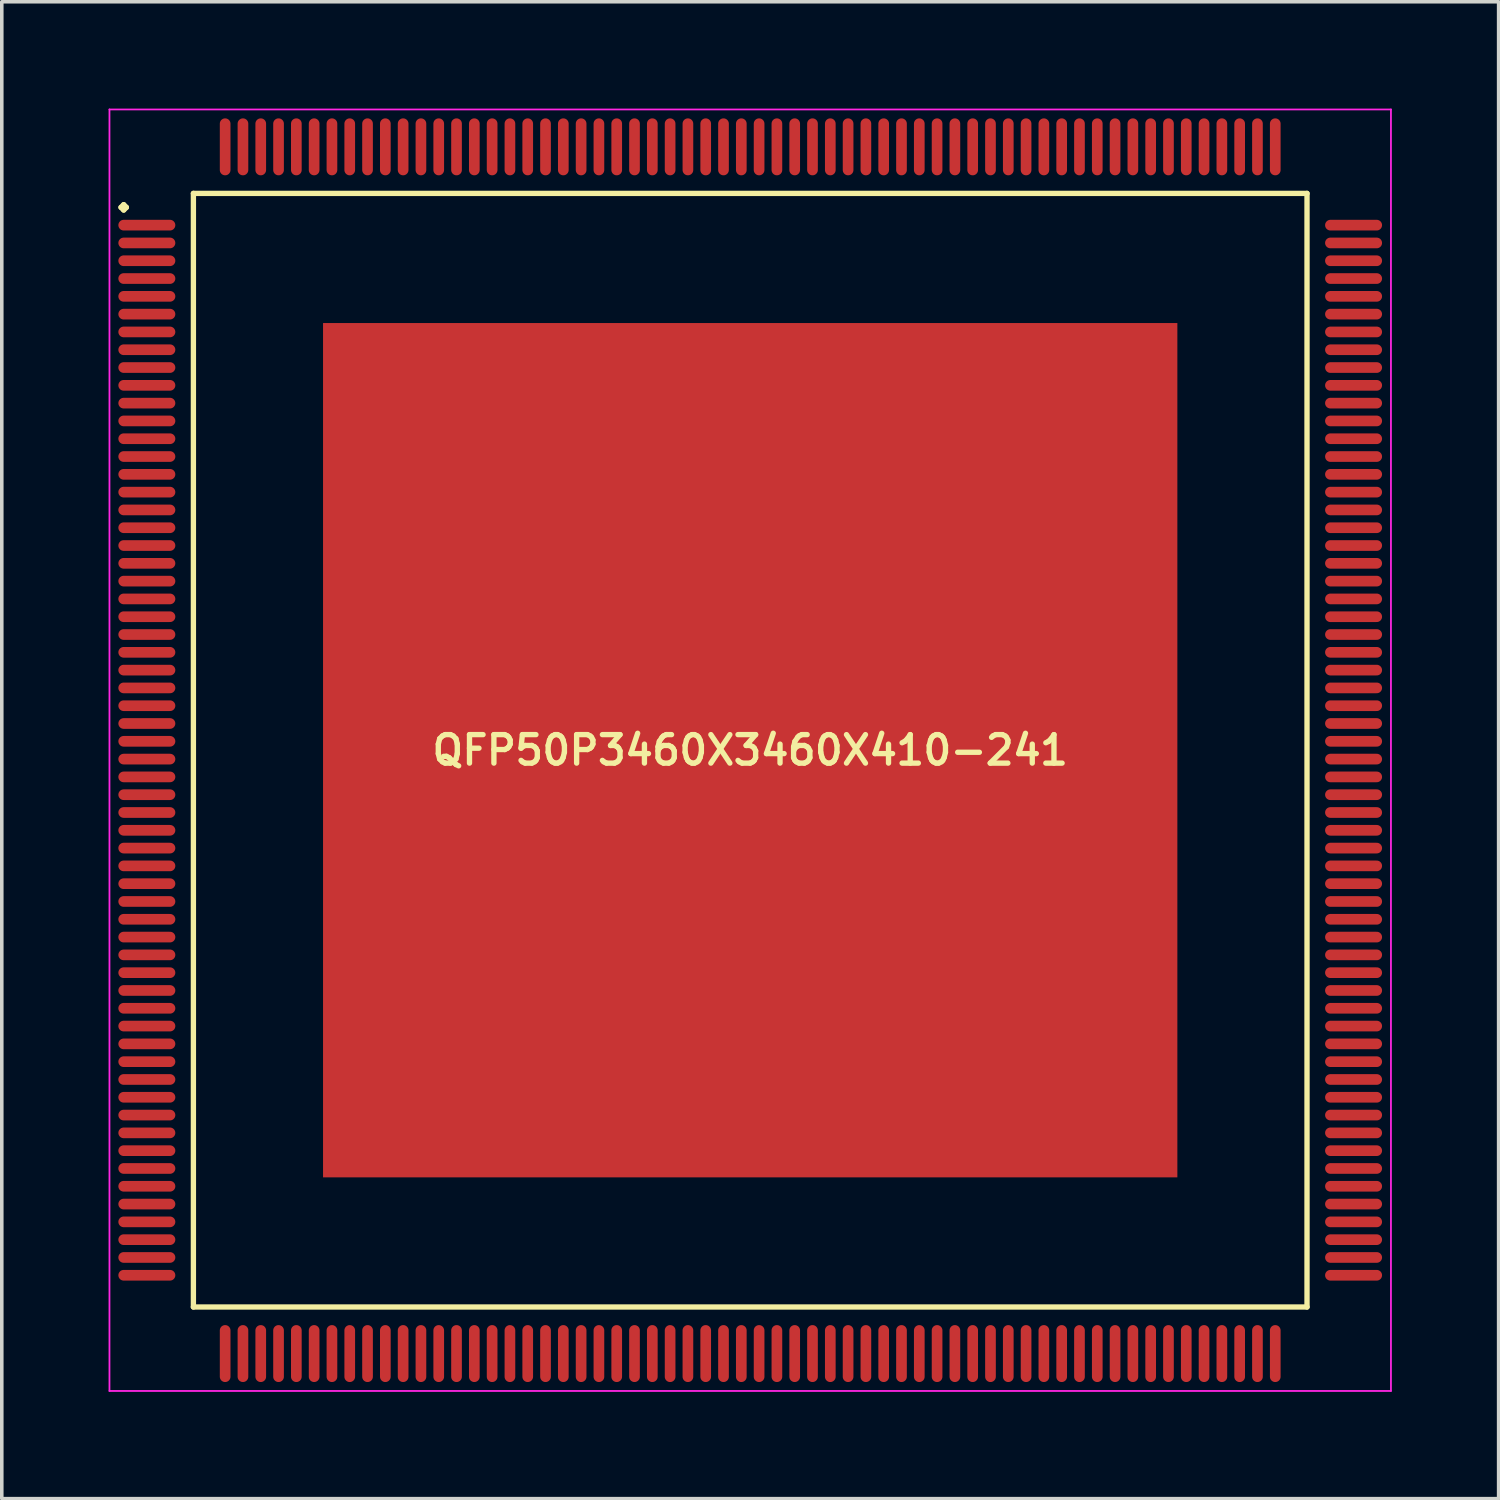
<source format=kicad_pcb>
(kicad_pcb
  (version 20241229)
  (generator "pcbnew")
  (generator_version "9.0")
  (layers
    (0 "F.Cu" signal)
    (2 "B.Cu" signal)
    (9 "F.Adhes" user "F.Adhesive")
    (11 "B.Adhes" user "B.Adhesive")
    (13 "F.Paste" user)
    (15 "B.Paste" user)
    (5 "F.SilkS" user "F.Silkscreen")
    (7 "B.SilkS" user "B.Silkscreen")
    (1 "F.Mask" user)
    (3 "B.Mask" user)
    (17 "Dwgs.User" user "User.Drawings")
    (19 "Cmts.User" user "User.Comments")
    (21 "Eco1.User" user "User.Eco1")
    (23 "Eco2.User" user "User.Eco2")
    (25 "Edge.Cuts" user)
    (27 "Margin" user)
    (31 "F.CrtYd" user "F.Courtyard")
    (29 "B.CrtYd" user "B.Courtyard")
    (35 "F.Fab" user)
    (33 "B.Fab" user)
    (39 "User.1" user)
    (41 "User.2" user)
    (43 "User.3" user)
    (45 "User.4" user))
  (footprint "QFP50P3460X3460X410-241"
    (layer "F.Cu")
    (at 18.025 18.025)
    (property "Reference" "QFP50P3460X3460X410-241" (at 0 0 0) (layer "F.SilkS") (effects (font (size 0.8 0.8) (thickness 0.15))))
    (attr smd)
    (fp_line (start -17.675 -15.25) (end -17.6 -15.325) (stroke (width 0.15) (type solid)) (layer "F.SilkS"))
    (fp_line (start -17.6 -15.325) (end -17.525 -15.25) (stroke (width 0.15) (type solid)) (layer "F.SilkS"))
    (fp_line (start -17.6 -15.175) (end -17.675 -15.25) (stroke (width 0.15) (type solid)) (layer "F.SilkS"))
    (fp_line (start -17.525 -15.25) (end -17.6 -15.175) (stroke (width 0.15) (type solid)) (layer "F.SilkS"))
    (fp_line (start -15.642 -15.642) (end -15.642 15.642) (stroke (width 0.15) (type solid)) (layer "F.SilkS"))
    (fp_line (start -15.642 15.642) (end 15.642 15.642) (stroke (width 0.15) (type solid)) (layer "F.SilkS"))
    (fp_line (start 15.642 -15.642) (end -15.642 -15.642) (stroke (width 0.15) (type solid)) (layer "F.SilkS"))
    (fp_line (start 15.642 15.642) (end 15.642 -15.642) (stroke (width 0.15) (type solid)) (layer "F.SilkS"))
    (fp_line (start -18 -18) (end 18 -18) (stroke (width 0.05) (type solid)) (layer "F.CrtYd"))
    (fp_line (start -18 18) (end -18 -18) (stroke (width 0.05) (type solid)) (layer "F.CrtYd"))
    (fp_line (start 18 -18) (end 18 18) (stroke (width 0.05) (type solid)) (layer "F.CrtYd"))
    (fp_line (start 18 18) (end -18 18) (stroke (width 0.05) (type solid)) (layer "F.CrtYd"))
    (pad "1" smd oval (at -16.95 -14.75) (size 1.6 0.3) (layers "F.Cu" "F.Mask" "F.Paste"))
    (pad "2" smd oval (at -16.95 -14.25) (size 1.6 0.3) (layers "F.Cu" "F.Mask" "F.Paste"))
    (pad "3" smd oval (at -16.95 -13.75) (size 1.6 0.3) (layers "F.Cu" "F.Mask" "F.Paste"))
    (pad "4" smd oval (at -16.95 -13.25) (size 1.6 0.3) (layers "F.Cu" "F.Mask" "F.Paste"))
    (pad "5" smd oval (at -16.95 -12.75) (size 1.6 0.3) (layers "F.Cu" "F.Mask" "F.Paste"))
    (pad "6" smd oval (at -16.95 -12.25) (size 1.6 0.3) (layers "F.Cu" "F.Mask" "F.Paste"))
    (pad "7" smd oval (at -16.95 -11.75) (size 1.6 0.3) (layers "F.Cu" "F.Mask" "F.Paste"))
    (pad "8" smd oval (at -16.95 -11.25) (size 1.6 0.3) (layers "F.Cu" "F.Mask" "F.Paste"))
    (pad "9" smd oval (at -16.95 -10.75) (size 1.6 0.3) (layers "F.Cu" "F.Mask" "F.Paste"))
    (pad "10" smd oval (at -16.95 -10.25) (size 1.6 0.3) (layers "F.Cu" "F.Mask" "F.Paste"))
    (pad "11" smd oval (at -16.95 -9.75) (size 1.6 0.3) (layers "F.Cu" "F.Mask" "F.Paste"))
    (pad "12" smd oval (at -16.95 -9.25) (size 1.6 0.3) (layers "F.Cu" "F.Mask" "F.Paste"))
    (pad "13" smd oval (at -16.95 -8.75) (size 1.6 0.3) (layers "F.Cu" "F.Mask" "F.Paste"))
    (pad "14" smd oval (at -16.95 -8.25) (size 1.6 0.3) (layers "F.Cu" "F.Mask" "F.Paste"))
    (pad "15" smd oval (at -16.95 -7.75) (size 1.6 0.3) (layers "F.Cu" "F.Mask" "F.Paste"))
    (pad "16" smd oval (at -16.95 -7.25) (size 1.6 0.3) (layers "F.Cu" "F.Mask" "F.Paste"))
    (pad "17" smd oval (at -16.95 -6.75) (size 1.6 0.3) (layers "F.Cu" "F.Mask" "F.Paste"))
    (pad "18" smd oval (at -16.95 -6.25) (size 1.6 0.3) (layers "F.Cu" "F.Mask" "F.Paste"))
    (pad "19" smd oval (at -16.95 -5.75) (size 1.6 0.3) (layers "F.Cu" "F.Mask" "F.Paste"))
    (pad "20" smd oval (at -16.95 -5.25) (size 1.6 0.3) (layers "F.Cu" "F.Mask" "F.Paste"))
    (pad "21" smd oval (at -16.95 -4.75) (size 1.6 0.3) (layers "F.Cu" "F.Mask" "F.Paste"))
    (pad "22" smd oval (at -16.95 -4.25) (size 1.6 0.3) (layers "F.Cu" "F.Mask" "F.Paste"))
    (pad "23" smd oval (at -16.95 -3.75) (size 1.6 0.3) (layers "F.Cu" "F.Mask" "F.Paste"))
    (pad "24" smd oval (at -16.95 -3.25) (size 1.6 0.3) (layers "F.Cu" "F.Mask" "F.Paste"))
    (pad "25" smd oval (at -16.95 -2.75) (size 1.6 0.3) (layers "F.Cu" "F.Mask" "F.Paste"))
    (pad "26" smd oval (at -16.95 -2.25) (size 1.6 0.3) (layers "F.Cu" "F.Mask" "F.Paste"))
    (pad "27" smd oval (at -16.95 -1.75) (size 1.6 0.3) (layers "F.Cu" "F.Mask" "F.Paste"))
    (pad "28" smd oval (at -16.95 -1.25) (size 1.6 0.3) (layers "F.Cu" "F.Mask" "F.Paste"))
    (pad "29" smd oval (at -16.95 -0.75) (size 1.6 0.3) (layers "F.Cu" "F.Mask" "F.Paste"))
    (pad "30" smd oval (at -16.95 -0.25) (size 1.6 0.3) (layers "F.Cu" "F.Mask" "F.Paste"))
    (pad "31" smd oval (at -16.95 0.25) (size 1.6 0.3) (layers "F.Cu" "F.Mask" "F.Paste"))
    (pad "32" smd oval (at -16.95 0.75) (size 1.6 0.3) (layers "F.Cu" "F.Mask" "F.Paste"))
    (pad "33" smd oval (at -16.95 1.25) (size 1.6 0.3) (layers "F.Cu" "F.Mask" "F.Paste"))
    (pad "34" smd oval (at -16.95 1.75) (size 1.6 0.3) (layers "F.Cu" "F.Mask" "F.Paste"))
    (pad "35" smd oval (at -16.95 2.25) (size 1.6 0.3) (layers "F.Cu" "F.Mask" "F.Paste"))
    (pad "36" smd oval (at -16.95 2.75) (size 1.6 0.3) (layers "F.Cu" "F.Mask" "F.Paste"))
    (pad "37" smd oval (at -16.95 3.25) (size 1.6 0.3) (layers "F.Cu" "F.Mask" "F.Paste"))
    (pad "38" smd oval (at -16.95 3.75) (size 1.6 0.3) (layers "F.Cu" "F.Mask" "F.Paste"))
    (pad "39" smd oval (at -16.95 4.25) (size 1.6 0.3) (layers "F.Cu" "F.Mask" "F.Paste"))
    (pad "40" smd oval (at -16.95 4.75) (size 1.6 0.3) (layers "F.Cu" "F.Mask" "F.Paste"))
    (pad "41" smd oval (at -16.95 5.25) (size 1.6 0.3) (layers "F.Cu" "F.Mask" "F.Paste"))
    (pad "42" smd oval (at -16.95 5.75) (size 1.6 0.3) (layers "F.Cu" "F.Mask" "F.Paste"))
    (pad "43" smd oval (at -16.95 6.25) (size 1.6 0.3) (layers "F.Cu" "F.Mask" "F.Paste"))
    (pad "44" smd oval (at -16.95 6.75) (size 1.6 0.3) (layers "F.Cu" "F.Mask" "F.Paste"))
    (pad "45" smd oval (at -16.95 7.25) (size 1.6 0.3) (layers "F.Cu" "F.Mask" "F.Paste"))
    (pad "46" smd oval (at -16.95 7.75) (size 1.6 0.3) (layers "F.Cu" "F.Mask" "F.Paste"))
    (pad "47" smd oval (at -16.95 8.25) (size 1.6 0.3) (layers "F.Cu" "F.Mask" "F.Paste"))
    (pad "48" smd oval (at -16.95 8.75) (size 1.6 0.3) (layers "F.Cu" "F.Mask" "F.Paste"))
    (pad "49" smd oval (at -16.95 9.25) (size 1.6 0.3) (layers "F.Cu" "F.Mask" "F.Paste"))
    (pad "50" smd oval (at -16.95 9.75) (size 1.6 0.3) (layers "F.Cu" "F.Mask" "F.Paste"))
    (pad "51" smd oval (at -16.95 10.25) (size 1.6 0.3) (layers "F.Cu" "F.Mask" "F.Paste"))
    (pad "52" smd oval (at -16.95 10.75) (size 1.6 0.3) (layers "F.Cu" "F.Mask" "F.Paste"))
    (pad "53" smd oval (at -16.95 11.25) (size 1.6 0.3) (layers "F.Cu" "F.Mask" "F.Paste"))
    (pad "54" smd oval (at -16.95 11.75) (size 1.6 0.3) (layers "F.Cu" "F.Mask" "F.Paste"))
    (pad "55" smd oval (at -16.95 12.25) (size 1.6 0.3) (layers "F.Cu" "F.Mask" "F.Paste"))
    (pad "56" smd oval (at -16.95 12.75) (size 1.6 0.3) (layers "F.Cu" "F.Mask" "F.Paste"))
    (pad "57" smd oval (at -16.95 13.25) (size 1.6 0.3) (layers "F.Cu" "F.Mask" "F.Paste"))
    (pad "58" smd oval (at -16.95 13.75) (size 1.6 0.3) (layers "F.Cu" "F.Mask" "F.Paste"))
    (pad "59" smd oval (at -16.95 14.25) (size 1.6 0.3) (layers "F.Cu" "F.Mask" "F.Paste"))
    (pad "60" smd oval (at -16.95 14.75) (size 1.6 0.3) (layers "F.Cu" "F.Mask" "F.Paste"))
    (pad "61" smd oval (at -14.75 16.95) (size 0.3 1.6) (layers "F.Cu" "F.Mask" "F.Paste"))
    (pad "62" smd oval (at -14.25 16.95) (size 0.3 1.6) (layers "F.Cu" "F.Mask" "F.Paste"))
    (pad "63" smd oval (at -13.75 16.95) (size 0.3 1.6) (layers "F.Cu" "F.Mask" "F.Paste"))
    (pad "64" smd oval (at -13.25 16.95) (size 0.3 1.6) (layers "F.Cu" "F.Mask" "F.Paste"))
    (pad "65" smd oval (at -12.75 16.95) (size 0.3 1.6) (layers "F.Cu" "F.Mask" "F.Paste"))
    (pad "66" smd oval (at -12.25 16.95) (size 0.3 1.6) (layers "F.Cu" "F.Mask" "F.Paste"))
    (pad "67" smd oval (at -11.75 16.95) (size 0.3 1.6) (layers "F.Cu" "F.Mask" "F.Paste"))
    (pad "68" smd oval (at -11.25 16.95) (size 0.3 1.6) (layers "F.Cu" "F.Mask" "F.Paste"))
    (pad "69" smd oval (at -10.75 16.95) (size 0.3 1.6) (layers "F.Cu" "F.Mask" "F.Paste"))
    (pad "70" smd oval (at -10.25 16.95) (size 0.3 1.6) (layers "F.Cu" "F.Mask" "F.Paste"))
    (pad "71" smd oval (at -9.75 16.95) (size 0.3 1.6) (layers "F.Cu" "F.Mask" "F.Paste"))
    (pad "72" smd oval (at -9.25 16.95) (size 0.3 1.6) (layers "F.Cu" "F.Mask" "F.Paste"))
    (pad "73" smd oval (at -8.75 16.95) (size 0.3 1.6) (layers "F.Cu" "F.Mask" "F.Paste"))
    (pad "74" smd oval (at -8.25 16.95) (size 0.3 1.6) (layers "F.Cu" "F.Mask" "F.Paste"))
    (pad "75" smd oval (at -7.75 16.95) (size 0.3 1.6) (layers "F.Cu" "F.Mask" "F.Paste"))
    (pad "76" smd oval (at -7.25 16.95) (size 0.3 1.6) (layers "F.Cu" "F.Mask" "F.Paste"))
    (pad "77" smd oval (at -6.75 16.95) (size 0.3 1.6) (layers "F.Cu" "F.Mask" "F.Paste"))
    (pad "78" smd oval (at -6.25 16.95) (size 0.3 1.6) (layers "F.Cu" "F.Mask" "F.Paste"))
    (pad "79" smd oval (at -5.75 16.95) (size 0.3 1.6) (layers "F.Cu" "F.Mask" "F.Paste"))
    (pad "80" smd oval (at -5.25 16.95) (size 0.3 1.6) (layers "F.Cu" "F.Mask" "F.Paste"))
    (pad "81" smd oval (at -4.75 16.95) (size 0.3 1.6) (layers "F.Cu" "F.Mask" "F.Paste"))
    (pad "82" smd oval (at -4.25 16.95) (size 0.3 1.6) (layers "F.Cu" "F.Mask" "F.Paste"))
    (pad "83" smd oval (at -3.75 16.95) (size 0.3 1.6) (layers "F.Cu" "F.Mask" "F.Paste"))
    (pad "84" smd oval (at -3.25 16.95) (size 0.3 1.6) (layers "F.Cu" "F.Mask" "F.Paste"))
    (pad "85" smd oval (at -2.75 16.95) (size 0.3 1.6) (layers "F.Cu" "F.Mask" "F.Paste"))
    (pad "86" smd oval (at -2.25 16.95) (size 0.3 1.6) (layers "F.Cu" "F.Mask" "F.Paste"))
    (pad "87" smd oval (at -1.75 16.95) (size 0.3 1.6) (layers "F.Cu" "F.Mask" "F.Paste"))
    (pad "88" smd oval (at -1.25 16.95) (size 0.3 1.6) (layers "F.Cu" "F.Mask" "F.Paste"))
    (pad "89" smd oval (at -0.75 16.95) (size 0.3 1.6) (layers "F.Cu" "F.Mask" "F.Paste"))
    (pad "90" smd oval (at -0.25 16.95) (size 0.3 1.6) (layers "F.Cu" "F.Mask" "F.Paste"))
    (pad "91" smd oval (at 0.25 16.95) (size 0.3 1.6) (layers "F.Cu" "F.Mask" "F.Paste"))
    (pad "92" smd oval (at 0.75 16.95) (size 0.3 1.6) (layers "F.Cu" "F.Mask" "F.Paste"))
    (pad "93" smd oval (at 1.25 16.95) (size 0.3 1.6) (layers "F.Cu" "F.Mask" "F.Paste"))
    (pad "94" smd oval (at 1.75 16.95) (size 0.3 1.6) (layers "F.Cu" "F.Mask" "F.Paste"))
    (pad "95" smd oval (at 2.25 16.95) (size 0.3 1.6) (layers "F.Cu" "F.Mask" "F.Paste"))
    (pad "96" smd oval (at 2.75 16.95) (size 0.3 1.6) (layers "F.Cu" "F.Mask" "F.Paste"))
    (pad "97" smd oval (at 3.25 16.95) (size 0.3 1.6) (layers "F.Cu" "F.Mask" "F.Paste"))
    (pad "98" smd oval (at 3.75 16.95) (size 0.3 1.6) (layers "F.Cu" "F.Mask" "F.Paste"))
    (pad "99" smd oval (at 4.25 16.95) (size 0.3 1.6) (layers "F.Cu" "F.Mask" "F.Paste"))
    (pad "100" smd oval (at 4.75 16.95) (size 0.3 1.6) (layers "F.Cu" "F.Mask" "F.Paste"))
    (pad "101" smd oval (at 5.25 16.95) (size 0.3 1.6) (layers "F.Cu" "F.Mask" "F.Paste"))
    (pad "102" smd oval (at 5.75 16.95) (size 0.3 1.6) (layers "F.Cu" "F.Mask" "F.Paste"))
    (pad "103" smd oval (at 6.25 16.95) (size 0.3 1.6) (layers "F.Cu" "F.Mask" "F.Paste"))
    (pad "104" smd oval (at 6.75 16.95) (size 0.3 1.6) (layers "F.Cu" "F.Mask" "F.Paste"))
    (pad "105" smd oval (at 7.25 16.95) (size 0.3 1.6) (layers "F.Cu" "F.Mask" "F.Paste"))
    (pad "106" smd oval (at 7.75 16.95) (size 0.3 1.6) (layers "F.Cu" "F.Mask" "F.Paste"))
    (pad "107" smd oval (at 8.25 16.95) (size 0.3 1.6) (layers "F.Cu" "F.Mask" "F.Paste"))
    (pad "108" smd oval (at 8.75 16.95) (size 0.3 1.6) (layers "F.Cu" "F.Mask" "F.Paste"))
    (pad "109" smd oval (at 9.25 16.95) (size 0.3 1.6) (layers "F.Cu" "F.Mask" "F.Paste"))
    (pad "110" smd oval (at 9.75 16.95) (size 0.3 1.6) (layers "F.Cu" "F.Mask" "F.Paste"))
    (pad "111" smd oval (at 10.25 16.95) (size 0.3 1.6) (layers "F.Cu" "F.Mask" "F.Paste"))
    (pad "112" smd oval (at 10.75 16.95) (size 0.3 1.6) (layers "F.Cu" "F.Mask" "F.Paste"))
    (pad "113" smd oval (at 11.25 16.95) (size 0.3 1.6) (layers "F.Cu" "F.Mask" "F.Paste"))
    (pad "114" smd oval (at 11.75 16.95) (size 0.3 1.6) (layers "F.Cu" "F.Mask" "F.Paste"))
    (pad "115" smd oval (at 12.25 16.95) (size 0.3 1.6) (layers "F.Cu" "F.Mask" "F.Paste"))
    (pad "116" smd oval (at 12.75 16.95) (size 0.3 1.6) (layers "F.Cu" "F.Mask" "F.Paste"))
    (pad "117" smd oval (at 13.25 16.95) (size 0.3 1.6) (layers "F.Cu" "F.Mask" "F.Paste"))
    (pad "118" smd oval (at 13.75 16.95) (size 0.3 1.6) (layers "F.Cu" "F.Mask" "F.Paste"))
    (pad "119" smd oval (at 14.25 16.95) (size 0.3 1.6) (layers "F.Cu" "F.Mask" "F.Paste"))
    (pad "120" smd oval (at 14.75 16.95) (size 0.3 1.6) (layers "F.Cu" "F.Mask" "F.Paste"))
    (pad "121" smd oval (at 16.95 14.75) (size 1.6 0.3) (layers "F.Cu" "F.Mask" "F.Paste"))
    (pad "122" smd oval (at 16.95 14.25) (size 1.6 0.3) (layers "F.Cu" "F.Mask" "F.Paste"))
    (pad "123" smd oval (at 16.95 13.75) (size 1.6 0.3) (layers "F.Cu" "F.Mask" "F.Paste"))
    (pad "124" smd oval (at 16.95 13.25) (size 1.6 0.3) (layers "F.Cu" "F.Mask" "F.Paste"))
    (pad "125" smd oval (at 16.95 12.75) (size 1.6 0.3) (layers "F.Cu" "F.Mask" "F.Paste"))
    (pad "126" smd oval (at 16.95 12.25) (size 1.6 0.3) (layers "F.Cu" "F.Mask" "F.Paste"))
    (pad "127" smd oval (at 16.95 11.75) (size 1.6 0.3) (layers "F.Cu" "F.Mask" "F.Paste"))
    (pad "128" smd oval (at 16.95 11.25) (size 1.6 0.3) (layers "F.Cu" "F.Mask" "F.Paste"))
    (pad "129" smd oval (at 16.95 10.75) (size 1.6 0.3) (layers "F.Cu" "F.Mask" "F.Paste"))
    (pad "130" smd oval (at 16.95 10.25) (size 1.6 0.3) (layers "F.Cu" "F.Mask" "F.Paste"))
    (pad "131" smd oval (at 16.95 9.75) (size 1.6 0.3) (layers "F.Cu" "F.Mask" "F.Paste"))
    (pad "132" smd oval (at 16.95 9.25) (size 1.6 0.3) (layers "F.Cu" "F.Mask" "F.Paste"))
    (pad "133" smd oval (at 16.95 8.75) (size 1.6 0.3) (layers "F.Cu" "F.Mask" "F.Paste"))
    (pad "134" smd oval (at 16.95 8.25) (size 1.6 0.3) (layers "F.Cu" "F.Mask" "F.Paste"))
    (pad "135" smd oval (at 16.95 7.75) (size 1.6 0.3) (layers "F.Cu" "F.Mask" "F.Paste"))
    (pad "136" smd oval (at 16.95 7.25) (size 1.6 0.3) (layers "F.Cu" "F.Mask" "F.Paste"))
    (pad "137" smd oval (at 16.95 6.75) (size 1.6 0.3) (layers "F.Cu" "F.Mask" "F.Paste"))
    (pad "138" smd oval (at 16.95 6.25) (size 1.6 0.3) (layers "F.Cu" "F.Mask" "F.Paste"))
    (pad "139" smd oval (at 16.95 5.75) (size 1.6 0.3) (layers "F.Cu" "F.Mask" "F.Paste"))
    (pad "140" smd oval (at 16.95 5.25) (size 1.6 0.3) (layers "F.Cu" "F.Mask" "F.Paste"))
    (pad "141" smd oval (at 16.95 4.75) (size 1.6 0.3) (layers "F.Cu" "F.Mask" "F.Paste"))
    (pad "142" smd oval (at 16.95 4.25) (size 1.6 0.3) (layers "F.Cu" "F.Mask" "F.Paste"))
    (pad "143" smd oval (at 16.95 3.75) (size 1.6 0.3) (layers "F.Cu" "F.Mask" "F.Paste"))
    (pad "144" smd oval (at 16.95 3.25) (size 1.6 0.3) (layers "F.Cu" "F.Mask" "F.Paste"))
    (pad "145" smd oval (at 16.95 2.75) (size 1.6 0.3) (layers "F.Cu" "F.Mask" "F.Paste"))
    (pad "146" smd oval (at 16.95 2.25) (size 1.6 0.3) (layers "F.Cu" "F.Mask" "F.Paste"))
    (pad "147" smd oval (at 16.95 1.75) (size 1.6 0.3) (layers "F.Cu" "F.Mask" "F.Paste"))
    (pad "148" smd oval (at 16.95 1.25) (size 1.6 0.3) (layers "F.Cu" "F.Mask" "F.Paste"))
    (pad "149" smd oval (at 16.95 0.75) (size 1.6 0.3) (layers "F.Cu" "F.Mask" "F.Paste"))
    (pad "150" smd oval (at 16.95 0.25) (size 1.6 0.3) (layers "F.Cu" "F.Mask" "F.Paste"))
    (pad "151" smd oval (at 16.95 -0.25) (size 1.6 0.3) (layers "F.Cu" "F.Mask" "F.Paste"))
    (pad "152" smd oval (at 16.95 -0.75) (size 1.6 0.3) (layers "F.Cu" "F.Mask" "F.Paste"))
    (pad "153" smd oval (at 16.95 -1.25) (size 1.6 0.3) (layers "F.Cu" "F.Mask" "F.Paste"))
    (pad "154" smd oval (at 16.95 -1.75) (size 1.6 0.3) (layers "F.Cu" "F.Mask" "F.Paste"))
    (pad "155" smd oval (at 16.95 -2.25) (size 1.6 0.3) (layers "F.Cu" "F.Mask" "F.Paste"))
    (pad "156" smd oval (at 16.95 -2.75) (size 1.6 0.3) (layers "F.Cu" "F.Mask" "F.Paste"))
    (pad "157" smd oval (at 16.95 -3.25) (size 1.6 0.3) (layers "F.Cu" "F.Mask" "F.Paste"))
    (pad "158" smd oval (at 16.95 -3.75) (size 1.6 0.3) (layers "F.Cu" "F.Mask" "F.Paste"))
    (pad "159" smd oval (at 16.95 -4.25) (size 1.6 0.3) (layers "F.Cu" "F.Mask" "F.Paste"))
    (pad "160" smd oval (at 16.95 -4.75) (size 1.6 0.3) (layers "F.Cu" "F.Mask" "F.Paste"))
    (pad "161" smd oval (at 16.95 -5.25) (size 1.6 0.3) (layers "F.Cu" "F.Mask" "F.Paste"))
    (pad "162" smd oval (at 16.95 -5.75) (size 1.6 0.3) (layers "F.Cu" "F.Mask" "F.Paste"))
    (pad "163" smd oval (at 16.95 -6.25) (size 1.6 0.3) (layers "F.Cu" "F.Mask" "F.Paste"))
    (pad "164" smd oval (at 16.95 -6.75) (size 1.6 0.3) (layers "F.Cu" "F.Mask" "F.Paste"))
    (pad "165" smd oval (at 16.95 -7.25) (size 1.6 0.3) (layers "F.Cu" "F.Mask" "F.Paste"))
    (pad "166" smd oval (at 16.95 -7.75) (size 1.6 0.3) (layers "F.Cu" "F.Mask" "F.Paste"))
    (pad "167" smd oval (at 16.95 -8.25) (size 1.6 0.3) (layers "F.Cu" "F.Mask" "F.Paste"))
    (pad "168" smd oval (at 16.95 -8.75) (size 1.6 0.3) (layers "F.Cu" "F.Mask" "F.Paste"))
    (pad "169" smd oval (at 16.95 -9.25) (size 1.6 0.3) (layers "F.Cu" "F.Mask" "F.Paste"))
    (pad "170" smd oval (at 16.95 -9.75) (size 1.6 0.3) (layers "F.Cu" "F.Mask" "F.Paste"))
    (pad "171" smd oval (at 16.95 -10.25) (size 1.6 0.3) (layers "F.Cu" "F.Mask" "F.Paste"))
    (pad "172" smd oval (at 16.95 -10.75) (size 1.6 0.3) (layers "F.Cu" "F.Mask" "F.Paste"))
    (pad "173" smd oval (at 16.95 -11.25) (size 1.6 0.3) (layers "F.Cu" "F.Mask" "F.Paste"))
    (pad "174" smd oval (at 16.95 -11.75) (size 1.6 0.3) (layers "F.Cu" "F.Mask" "F.Paste"))
    (pad "175" smd oval (at 16.95 -12.25) (size 1.6 0.3) (layers "F.Cu" "F.Mask" "F.Paste"))
    (pad "176" smd oval (at 16.95 -12.75) (size 1.6 0.3) (layers "F.Cu" "F.Mask" "F.Paste"))
    (pad "177" smd oval (at 16.95 -13.25) (size 1.6 0.3) (layers "F.Cu" "F.Mask" "F.Paste"))
    (pad "178" smd oval (at 16.95 -13.75) (size 1.6 0.3) (layers "F.Cu" "F.Mask" "F.Paste"))
    (pad "179" smd oval (at 16.95 -14.25) (size 1.6 0.3) (layers "F.Cu" "F.Mask" "F.Paste"))
    (pad "180" smd oval (at 16.95 -14.75) (size 1.6 0.3) (layers "F.Cu" "F.Mask" "F.Paste"))
    (pad "181" smd oval (at 14.75 -16.95) (size 0.3 1.6) (layers "F.Cu" "F.Mask" "F.Paste"))
    (pad "182" smd oval (at 14.25 -16.95) (size 0.3 1.6) (layers "F.Cu" "F.Mask" "F.Paste"))
    (pad "183" smd oval (at 13.75 -16.95) (size 0.3 1.6) (layers "F.Cu" "F.Mask" "F.Paste"))
    (pad "184" smd oval (at 13.25 -16.95) (size 0.3 1.6) (layers "F.Cu" "F.Mask" "F.Paste"))
    (pad "185" smd oval (at 12.75 -16.95) (size 0.3 1.6) (layers "F.Cu" "F.Mask" "F.Paste"))
    (pad "186" smd oval (at 12.25 -16.95) (size 0.3 1.6) (layers "F.Cu" "F.Mask" "F.Paste"))
    (pad "187" smd oval (at 11.75 -16.95) (size 0.3 1.6) (layers "F.Cu" "F.Mask" "F.Paste"))
    (pad "188" smd oval (at 11.25 -16.95) (size 0.3 1.6) (layers "F.Cu" "F.Mask" "F.Paste"))
    (pad "189" smd oval (at 10.75 -16.95) (size 0.3 1.6) (layers "F.Cu" "F.Mask" "F.Paste"))
    (pad "190" smd oval (at 10.25 -16.95) (size 0.3 1.6) (layers "F.Cu" "F.Mask" "F.Paste"))
    (pad "191" smd oval (at 9.75 -16.95) (size 0.3 1.6) (layers "F.Cu" "F.Mask" "F.Paste"))
    (pad "192" smd oval (at 9.25 -16.95) (size 0.3 1.6) (layers "F.Cu" "F.Mask" "F.Paste"))
    (pad "193" smd oval (at 8.75 -16.95) (size 0.3 1.6) (layers "F.Cu" "F.Mask" "F.Paste"))
    (pad "194" smd oval (at 8.25 -16.95) (size 0.3 1.6) (layers "F.Cu" "F.Mask" "F.Paste"))
    (pad "195" smd oval (at 7.75 -16.95) (size 0.3 1.6) (layers "F.Cu" "F.Mask" "F.Paste"))
    (pad "196" smd oval (at 7.25 -16.95) (size 0.3 1.6) (layers "F.Cu" "F.Mask" "F.Paste"))
    (pad "197" smd oval (at 6.75 -16.95) (size 0.3 1.6) (layers "F.Cu" "F.Mask" "F.Paste"))
    (pad "198" smd oval (at 6.25 -16.95) (size 0.3 1.6) (layers "F.Cu" "F.Mask" "F.Paste"))
    (pad "199" smd oval (at 5.75 -16.95) (size 0.3 1.6) (layers "F.Cu" "F.Mask" "F.Paste"))
    (pad "200" smd oval (at 5.25 -16.95) (size 0.3 1.6) (layers "F.Cu" "F.Mask" "F.Paste"))
    (pad "201" smd oval (at 4.75 -16.95) (size 0.3 1.6) (layers "F.Cu" "F.Mask" "F.Paste"))
    (pad "202" smd oval (at 4.25 -16.95) (size 0.3 1.6) (layers "F.Cu" "F.Mask" "F.Paste"))
    (pad "203" smd oval (at 3.75 -16.95) (size 0.3 1.6) (layers "F.Cu" "F.Mask" "F.Paste"))
    (pad "204" smd oval (at 3.25 -16.95) (size 0.3 1.6) (layers "F.Cu" "F.Mask" "F.Paste"))
    (pad "205" smd oval (at 2.75 -16.95) (size 0.3 1.6) (layers "F.Cu" "F.Mask" "F.Paste"))
    (pad "206" smd oval (at 2.25 -16.95) (size 0.3 1.6) (layers "F.Cu" "F.Mask" "F.Paste"))
    (pad "207" smd oval (at 1.75 -16.95) (size 0.3 1.6) (layers "F.Cu" "F.Mask" "F.Paste"))
    (pad "208" smd oval (at 1.25 -16.95) (size 0.3 1.6) (layers "F.Cu" "F.Mask" "F.Paste"))
    (pad "209" smd oval (at 0.75 -16.95) (size 0.3 1.6) (layers "F.Cu" "F.Mask" "F.Paste"))
    (pad "210" smd oval (at 0.25 -16.95) (size 0.3 1.6) (layers "F.Cu" "F.Mask" "F.Paste"))
    (pad "211" smd oval (at -0.25 -16.95) (size 0.3 1.6) (layers "F.Cu" "F.Mask" "F.Paste"))
    (pad "212" smd oval (at -0.75 -16.95) (size 0.3 1.6) (layers "F.Cu" "F.Mask" "F.Paste"))
    (pad "213" smd oval (at -1.25 -16.95) (size 0.3 1.6) (layers "F.Cu" "F.Mask" "F.Paste"))
    (pad "214" smd oval (at -1.75 -16.95) (size 0.3 1.6) (layers "F.Cu" "F.Mask" "F.Paste"))
    (pad "215" smd oval (at -2.25 -16.95) (size 0.3 1.6) (layers "F.Cu" "F.Mask" "F.Paste"))
    (pad "216" smd oval (at -2.75 -16.95) (size 0.3 1.6) (layers "F.Cu" "F.Mask" "F.Paste"))
    (pad "217" smd oval (at -3.25 -16.95) (size 0.3 1.6) (layers "F.Cu" "F.Mask" "F.Paste"))
    (pad "218" smd oval (at -3.75 -16.95) (size 0.3 1.6) (layers "F.Cu" "F.Mask" "F.Paste"))
    (pad "219" smd oval (at -4.25 -16.95) (size 0.3 1.6) (layers "F.Cu" "F.Mask" "F.Paste"))
    (pad "220" smd oval (at -4.75 -16.95) (size 0.3 1.6) (layers "F.Cu" "F.Mask" "F.Paste"))
    (pad "221" smd oval (at -5.25 -16.95) (size 0.3 1.6) (layers "F.Cu" "F.Mask" "F.Paste"))
    (pad "222" smd oval (at -5.75 -16.95) (size 0.3 1.6) (layers "F.Cu" "F.Mask" "F.Paste"))
    (pad "223" smd oval (at -6.25 -16.95) (size 0.3 1.6) (layers "F.Cu" "F.Mask" "F.Paste"))
    (pad "224" smd oval (at -6.75 -16.95) (size 0.3 1.6) (layers "F.Cu" "F.Mask" "F.Paste"))
    (pad "225" smd oval (at -7.25 -16.95) (size 0.3 1.6) (layers "F.Cu" "F.Mask" "F.Paste"))
    (pad "226" smd oval (at -7.75 -16.95) (size 0.3 1.6) (layers "F.Cu" "F.Mask" "F.Paste"))
    (pad "227" smd oval (at -8.25 -16.95) (size 0.3 1.6) (layers "F.Cu" "F.Mask" "F.Paste"))
    (pad "228" smd oval (at -8.75 -16.95) (size 0.3 1.6) (layers "F.Cu" "F.Mask" "F.Paste"))
    (pad "229" smd oval (at -9.25 -16.95) (size 0.3 1.6) (layers "F.Cu" "F.Mask" "F.Paste"))
    (pad "230" smd oval (at -9.75 -16.95) (size 0.3 1.6) (layers "F.Cu" "F.Mask" "F.Paste"))
    (pad "231" smd oval (at -10.25 -16.95) (size 0.3 1.6) (layers "F.Cu" "F.Mask" "F.Paste"))
    (pad "232" smd oval (at -10.75 -16.95) (size 0.3 1.6) (layers "F.Cu" "F.Mask" "F.Paste"))
    (pad "233" smd oval (at -11.25 -16.95) (size 0.3 1.6) (layers "F.Cu" "F.Mask" "F.Paste"))
    (pad "234" smd oval (at -11.75 -16.95) (size 0.3 1.6) (layers "F.Cu" "F.Mask" "F.Paste"))
    (pad "235" smd oval (at -12.25 -16.95) (size 0.3 1.6) (layers "F.Cu" "F.Mask" "F.Paste"))
    (pad "236" smd oval (at -12.75 -16.95) (size 0.3 1.6) (layers "F.Cu" "F.Mask" "F.Paste"))
    (pad "237" smd oval (at -13.25 -16.95) (size 0.3 1.6) (layers "F.Cu" "F.Mask" "F.Paste"))
    (pad "238" smd oval (at -13.75 -16.95) (size 0.3 1.6) (layers "F.Cu" "F.Mask" "F.Paste"))
    (pad "239" smd oval (at -14.25 -16.95) (size 0.3 1.6) (layers "F.Cu" "F.Mask" "F.Paste"))
    (pad "240" smd oval (at -14.75 -16.95) (size 0.3 1.6) (layers "F.Cu" "F.Mask" "F.Paste"))
    (pad "241" smd rect (at 0 0) (size 24 24) (layers "F.Cu" "F.Mask" "F.Paste")))
  (gr_rect
    (start -3 -3)
    (end 39.05 39.05)
    (stroke (width 0.1) (type default))
    (fill no)
    (layer "Edge.Cuts")))
</source>
